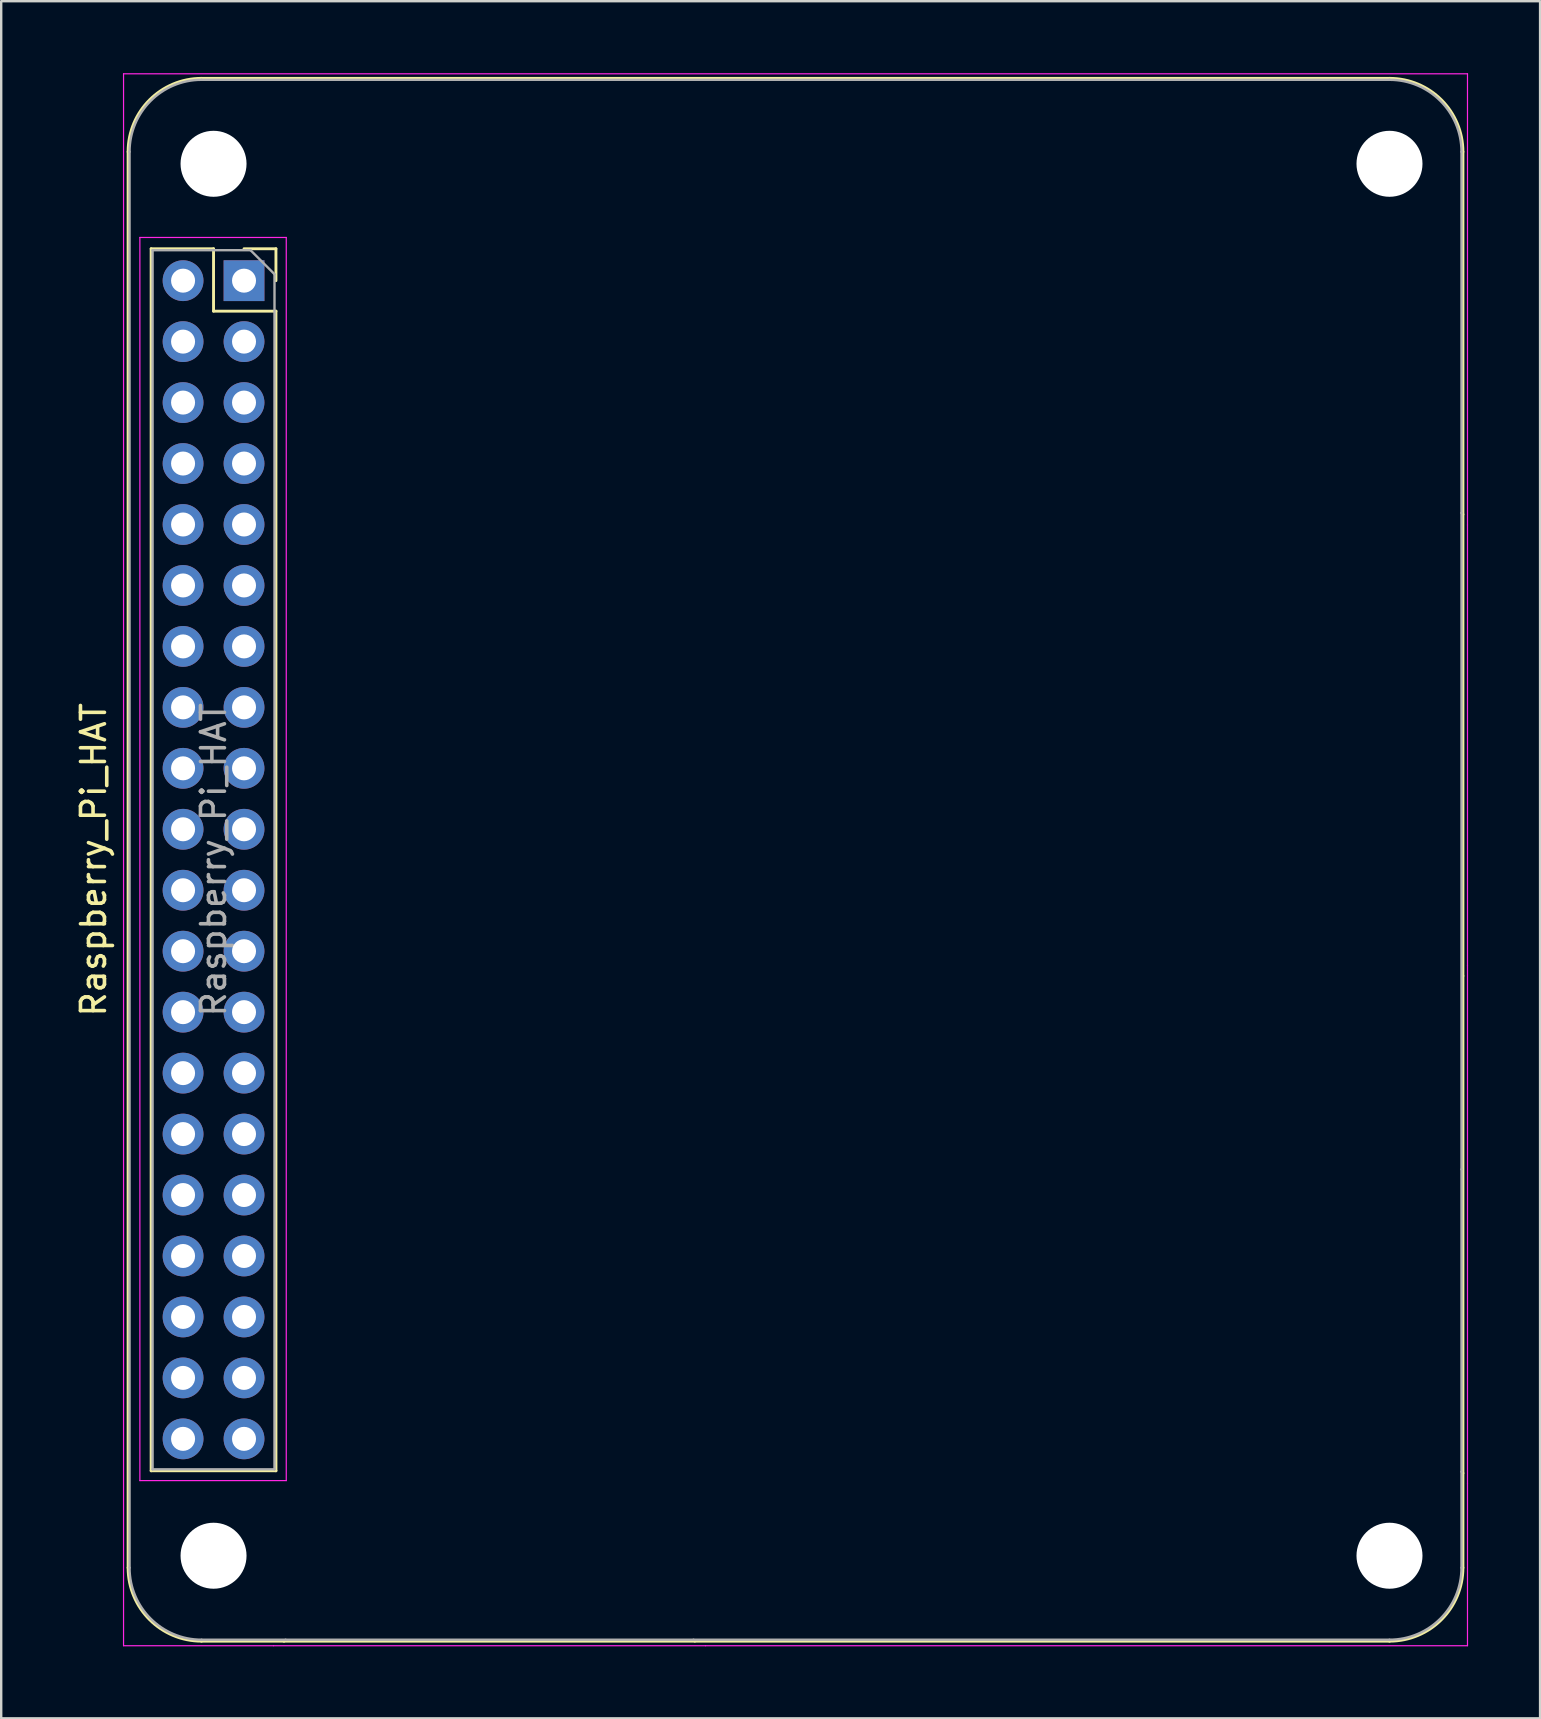
<source format=kicad_pcb>
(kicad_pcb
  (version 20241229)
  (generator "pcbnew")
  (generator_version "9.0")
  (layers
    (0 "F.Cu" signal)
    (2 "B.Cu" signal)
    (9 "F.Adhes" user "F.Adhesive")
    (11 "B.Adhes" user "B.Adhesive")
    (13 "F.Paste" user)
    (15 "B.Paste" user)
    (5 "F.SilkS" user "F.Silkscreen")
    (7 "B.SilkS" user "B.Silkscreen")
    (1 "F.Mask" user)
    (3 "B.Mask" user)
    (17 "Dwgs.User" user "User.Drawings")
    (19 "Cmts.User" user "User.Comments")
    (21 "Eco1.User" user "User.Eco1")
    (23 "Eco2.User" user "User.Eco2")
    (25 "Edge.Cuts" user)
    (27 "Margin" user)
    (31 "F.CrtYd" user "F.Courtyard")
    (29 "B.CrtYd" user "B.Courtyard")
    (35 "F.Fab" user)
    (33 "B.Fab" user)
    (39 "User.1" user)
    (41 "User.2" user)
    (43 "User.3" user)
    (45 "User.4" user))
  (footprint "Raspberry_Pi_HAT"
    (layer "F.Cu")
    (at 5.848 32.775)
    (property "Reference" "Raspberry_Pi_HAT" (at -5 0 270) (layer "F.SilkS") (effects (font (size 1 1) (thickness 0.15))))
    (attr through_hole)
    (fp_line (start -3.56 29.5) (end -3.56 -29.5) (stroke (width 0.12) (type solid)) (layer "F.SilkS"))
    (fp_line (start -2.6 -25.46) (end -2.6 25.46) (stroke (width 0.12) (type solid)) (layer "F.SilkS"))
    (fp_line (start -2.6 -25.46) (end 0 -25.46) (stroke (width 0.12) (type solid)) (layer "F.SilkS"))
    (fp_line (start -2.6 25.46) (end 2.6 25.46) (stroke (width 0.12) (type solid)) (layer "F.SilkS"))
    (fp_line (start -0.5 -32.56) (end 49 -32.56) (stroke (width 0.12) (type solid)) (layer "F.SilkS"))
    (fp_line (start 0 -25.46) (end 0 -22.86) (stroke (width 0.12) (type solid)) (layer "F.SilkS"))
    (fp_line (start 0 -22.86) (end 2.6 -22.86) (stroke (width 0.12) (type solid)) (layer "F.SilkS"))
    (fp_line (start 1.27 -25.46) (end 2.6 -25.46) (stroke (width 0.12) (type solid)) (layer "F.SilkS"))
    (fp_line (start 2.6 -25.46) (end 2.6 -24.13) (stroke (width 0.12) (type solid)) (layer "F.SilkS"))
    (fp_line (start 2.6 -22.86) (end 2.6 25.46) (stroke (width 0.12) (type solid)) (layer "F.SilkS"))
    (fp_line (start 2.93 32.56) (end 20.05 32.56) (stroke (width 0.12) (type solid)) (layer "F.SilkS"))
    (fp_line (start 2.94 32.56) (end -0.5 32.56) (stroke (width 0.12) (type solid)) (layer "F.SilkS"))
    (fp_line (start 20.06 32.56) (end 49 32.56) (stroke (width 0.12) (type solid)) (layer "F.SilkS"))
    (fp_line (start 52.06 -14.39) (end 52.06 -29.5) (stroke (width 0.12) (type solid)) (layer "F.SilkS"))
    (fp_line (start 52.06 4.84) (end 52.06 -14.39) (stroke (width 0.12) (type solid)) (layer "F.SilkS"))
    (fp_line (start 52.06 25.56) (end 52.06 4.84) (stroke (width 0.12) (type solid)) (layer "F.SilkS"))
    (fp_line (start 52.06 29.5) (end 52.06 25.56) (stroke (width 0.12) (type solid)) (layer "F.SilkS"))
    (fp_arc (start -3.56 -29.5) (mid -2.663747 -31.663747) (end -0.5 -32.56) (stroke (width 0.12) (type solid)) (layer "F.SilkS"))
    (fp_arc (start -0.5 32.56) (mid -2.663747 31.663747) (end -3.56 29.5) (stroke (width 0.12) (type solid)) (layer "F.SilkS"))
    (fp_arc (start 49 -32.56) (mid 51.163747 -31.663747) (end 52.06 -29.5) (stroke (width 0.12) (type solid)) (layer "F.SilkS"))
    (fp_arc (start 52.06 29.5) (mid 51.163747 31.663747) (end 49 32.56) (stroke (width 0.12) (type solid)) (layer "F.SilkS"))
    (fp_line (start -3.75 -32.75) (end 52.25 -32.75) (stroke (width 0.05) (type solid)) (layer "F.CrtYd"))
    (fp_line (start -3.75 32.75) (end -3.75 -32.75) (stroke (width 0.05) (type solid)) (layer "F.CrtYd"))
    (fp_line (start -3.75 32.75) (end 2.5 32.75) (stroke (width 0.05) (type solid)) (layer "F.CrtYd"))
    (fp_line (start -3.07 -25.93) (end 3.03 -25.93) (stroke (width 0.05) (type solid)) (layer "F.CrtYd"))
    (fp_line (start -3.07 25.87) (end -3.07 -25.93) (stroke (width 0.05) (type solid)) (layer "F.CrtYd"))
    (fp_line (start 3.03 -25.93) (end 3.03 25.87) (stroke (width 0.05) (type solid)) (layer "F.CrtYd"))
    (fp_line (start 3.03 25.87) (end -3.07 25.87) (stroke (width 0.05) (type solid)) (layer "F.CrtYd"))
    (fp_line (start 20.5 32.75) (end 2.5 32.75) (stroke (width 0.05) (type solid)) (layer "F.CrtYd"))
    (fp_line (start 20.5 32.75) (end 52.25 32.75) (stroke (width 0.05) (type solid)) (layer "F.CrtYd"))
    (fp_line (start 52.25 -13.95) (end 52.25 -32.75) (stroke (width 0.05) (type solid)) (layer "F.CrtYd"))
    (fp_line (start 52.25 4.4) (end 52.25 -13.95) (stroke (width 0.05) (type solid)) (layer "F.CrtYd"))
    (fp_line (start 52.25 4.4) (end 52.25 26) (stroke (width 0.05) (type solid)) (layer "F.CrtYd"))
    (fp_line (start 52.25 26) (end 52.25 32.75) (stroke (width 0.05) (type solid)) (layer "F.CrtYd"))
    (fp_line (start -3.5 29.5) (end -3.5 -29.5) (stroke (width 0.1) (type solid)) (layer "F.Fab"))
    (fp_line (start -2.54 -25.4) (end 1.54 -25.4) (stroke (width 0.1) (type solid)) (layer "F.Fab"))
    (fp_line (start -2.54 25.4) (end -2.54 -25.4) (stroke (width 0.1) (type solid)) (layer "F.Fab"))
    (fp_line (start -0.5 -32.5) (end 49 -32.5) (stroke (width 0.1) (type solid)) (layer "F.Fab"))
    (fp_line (start -0.5 32.5) (end 3 32.5) (stroke (width 0.1) (type solid)) (layer "F.Fab"))
    (fp_line (start 1.54 -25.4) (end 2.54 -24.4) (stroke (width 0.1) (type solid)) (layer "F.Fab"))
    (fp_line (start 2.54 -24.4) (end 2.54 25.4) (stroke (width 0.1) (type solid)) (layer "F.Fab"))
    (fp_line (start 2.54 25.4) (end -2.54 25.4) (stroke (width 0.1) (type solid)) (layer "F.Fab"))
    (fp_line (start 3 32.5) (end 20 32.5) (stroke (width 0.1) (type solid)) (layer "F.Fab"))
    (fp_line (start 49 32.5) (end 20 32.5) (stroke (width 0.1) (type solid)) (layer "F.Fab"))
    (fp_line (start 52 -14.45) (end 52 -29.5) (stroke (width 0.1) (type solid)) (layer "F.Fab"))
    (fp_line (start 52 12.9) (end 52 -14.45) (stroke (width 0.1) (type solid)) (layer "F.Fab"))
    (fp_line (start 52 25.5) (end 52 12.9) (stroke (width 0.1) (type solid)) (layer "F.Fab"))
    (fp_line (start 52 25.5) (end 52 29.5) (stroke (width 0.1) (type solid)) (layer "F.Fab"))
    (fp_arc (start -3.5 -29.5) (mid -2.62132 -31.62132) (end -0.5 -32.5) (stroke (width 0.1) (type solid)) (layer "F.Fab"))
    (fp_arc (start -0.5 32.5) (mid -2.62132 31.62132) (end -3.5 29.5) (stroke (width 0.1) (type solid)) (layer "F.Fab"))
    (fp_arc (start 49 -32.5) (mid 51.12132 -31.62132) (end 52 -29.5) (stroke (width 0.1) (type solid)) (layer "F.Fab"))
    (fp_arc (start 52 29.5) (mid 51.12132 31.62132) (end 49 32.5) (stroke (width 0.1) (type solid)) (layer "F.Fab"))
    (fp_text user "${REFERENCE}" (at 0 0 270) (layer "F.Fab") (effects (font (size 1 1) (thickness 0.15))))
    (pad "" np_thru_hole circle (at 0 -29 90) (size 2.75 2.75) (drill 2.75) (layers "*.Cu" "*.Mask"))
    (pad "" np_thru_hole circle (at 0 29 90) (size 2.75 2.75) (drill 2.75) (layers "*.Cu" "*.Mask"))
    (pad "" np_thru_hole circle (at 49 -29 90) (size 2.75 2.75) (drill 2.75) (layers "*.Cu" "*.Mask"))
    (pad "" np_thru_hole circle (at 49 29 90) (size 2.75 2.75) (drill 2.75) (layers "*.Cu" "*.Mask"))
    (pad "1" thru_hole rect (at 1.27 -24.13) (size 1.7 1.7) (drill 1) (layers "*.Cu" "*.Mask"))
    (pad "2" thru_hole oval (at -1.27 -24.13) (size 1.7 1.7) (drill 1) (layers "*.Cu" "*.Mask"))
    (pad "3" thru_hole oval (at 1.27 -21.59) (size 1.7 1.7) (drill 1) (layers "*.Cu" "*.Mask"))
    (pad "4" thru_hole oval (at -1.27 -21.59) (size 1.7 1.7) (drill 1) (layers "*.Cu" "*.Mask"))
    (pad "5" thru_hole oval (at 1.27 -19.05) (size 1.7 1.7) (drill 1) (layers "*.Cu" "*.Mask"))
    (pad "6" thru_hole oval (at -1.27 -19.05) (size 1.7 1.7) (drill 1) (layers "*.Cu" "*.Mask"))
    (pad "7" thru_hole oval (at 1.27 -16.51) (size 1.7 1.7) (drill 1) (layers "*.Cu" "*.Mask"))
    (pad "8" thru_hole oval (at -1.27 -16.51) (size 1.7 1.7) (drill 1) (layers "*.Cu" "*.Mask"))
    (pad "9" thru_hole oval (at 1.27 -13.97) (size 1.7 1.7) (drill 1) (layers "*.Cu" "*.Mask"))
    (pad "10" thru_hole oval (at -1.27 -13.97) (size 1.7 1.7) (drill 1) (layers "*.Cu" "*.Mask"))
    (pad "11" thru_hole oval (at 1.27 -11.43) (size 1.7 1.7) (drill 1) (layers "*.Cu" "*.Mask"))
    (pad "12" thru_hole oval (at -1.27 -11.43) (size 1.7 1.7) (drill 1) (layers "*.Cu" "*.Mask"))
    (pad "13" thru_hole oval (at 1.27 -8.89) (size 1.7 1.7) (drill 1) (layers "*.Cu" "*.Mask"))
    (pad "14" thru_hole oval (at -1.27 -8.89) (size 1.7 1.7) (drill 1) (layers "*.Cu" "*.Mask"))
    (pad "15" thru_hole oval (at 1.27 -6.35) (size 1.7 1.7) (drill 1) (layers "*.Cu" "*.Mask"))
    (pad "16" thru_hole oval (at -1.27 -6.35) (size 1.7 1.7) (drill 1) (layers "*.Cu" "*.Mask"))
    (pad "17" thru_hole oval (at 1.27 -3.81) (size 1.7 1.7) (drill 1) (layers "*.Cu" "*.Mask"))
    (pad "18" thru_hole oval (at -1.27 -3.81) (size 1.7 1.7) (drill 1) (layers "*.Cu" "*.Mask"))
    (pad "19" thru_hole oval (at 1.27 -1.27) (size 1.7 1.7) (drill 1) (layers "*.Cu" "*.Mask"))
    (pad "20" thru_hole oval (at -1.27 -1.27) (size 1.7 1.7) (drill 1) (layers "*.Cu" "*.Mask"))
    (pad "21" thru_hole oval (at 1.27 1.27) (size 1.7 1.7) (drill 1) (layers "*.Cu" "*.Mask"))
    (pad "22" thru_hole oval (at -1.27 1.27) (size 1.7 1.7) (drill 1) (layers "*.Cu" "*.Mask"))
    (pad "23" thru_hole oval (at 1.27 3.81) (size 1.7 1.7) (drill 1) (layers "*.Cu" "*.Mask"))
    (pad "24" thru_hole oval (at -1.27 3.81) (size 1.7 1.7) (drill 1) (layers "*.Cu" "*.Mask"))
    (pad "25" thru_hole oval (at 1.27 6.35) (size 1.7 1.7) (drill 1) (layers "*.Cu" "*.Mask"))
    (pad "26" thru_hole oval (at -1.27 6.35) (size 1.7 1.7) (drill 1) (layers "*.Cu" "*.Mask"))
    (pad "27" thru_hole oval (at 1.27 8.89) (size 1.7 1.7) (drill 1) (layers "*.Cu" "*.Mask"))
    (pad "28" thru_hole oval (at -1.27 8.89) (size 1.7 1.7) (drill 1) (layers "*.Cu" "*.Mask"))
    (pad "29" thru_hole oval (at 1.27 11.43) (size 1.7 1.7) (drill 1) (layers "*.Cu" "*.Mask"))
    (pad "30" thru_hole oval (at -1.27 11.43) (size 1.7 1.7) (drill 1) (layers "*.Cu" "*.Mask"))
    (pad "31" thru_hole oval (at 1.27 13.97) (size 1.7 1.7) (drill 1) (layers "*.Cu" "*.Mask"))
    (pad "32" thru_hole oval (at -1.27 13.97) (size 1.7 1.7) (drill 1) (layers "*.Cu" "*.Mask"))
    (pad "33" thru_hole oval (at 1.27 16.51) (size 1.7 1.7) (drill 1) (layers "*.Cu" "*.Mask"))
    (pad "34" thru_hole oval (at -1.27 16.51) (size 1.7 1.7) (drill 1) (layers "*.Cu" "*.Mask"))
    (pad "35" thru_hole oval (at 1.27 19.05) (size 1.7 1.7) (drill 1) (layers "*.Cu" "*.Mask"))
    (pad "36" thru_hole oval (at -1.27 19.05) (size 1.7 1.7) (drill 1) (layers "*.Cu" "*.Mask"))
    (pad "37" thru_hole oval (at 1.27 21.59) (size 1.7 1.7) (drill 1) (layers "*.Cu" "*.Mask"))
    (pad "38" thru_hole oval (at -1.27 21.59) (size 1.7 1.7) (drill 1) (layers "*.Cu" "*.Mask"))
    (pad "39" thru_hole oval (at 1.27 24.13) (size 1.7 1.7) (drill 1) (layers "*.Cu" "*.Mask"))
    (pad "40" thru_hole oval (at -1.27 24.13) (size 1.7 1.7) (drill 1) (layers "*.Cu" "*.Mask")))
  (gr_rect
    (start -3 -3)
    (end 61.123 68.55)
    (stroke (width 0.1) (type default))
    (fill no)
    (layer "Edge.Cuts")))
</source>
